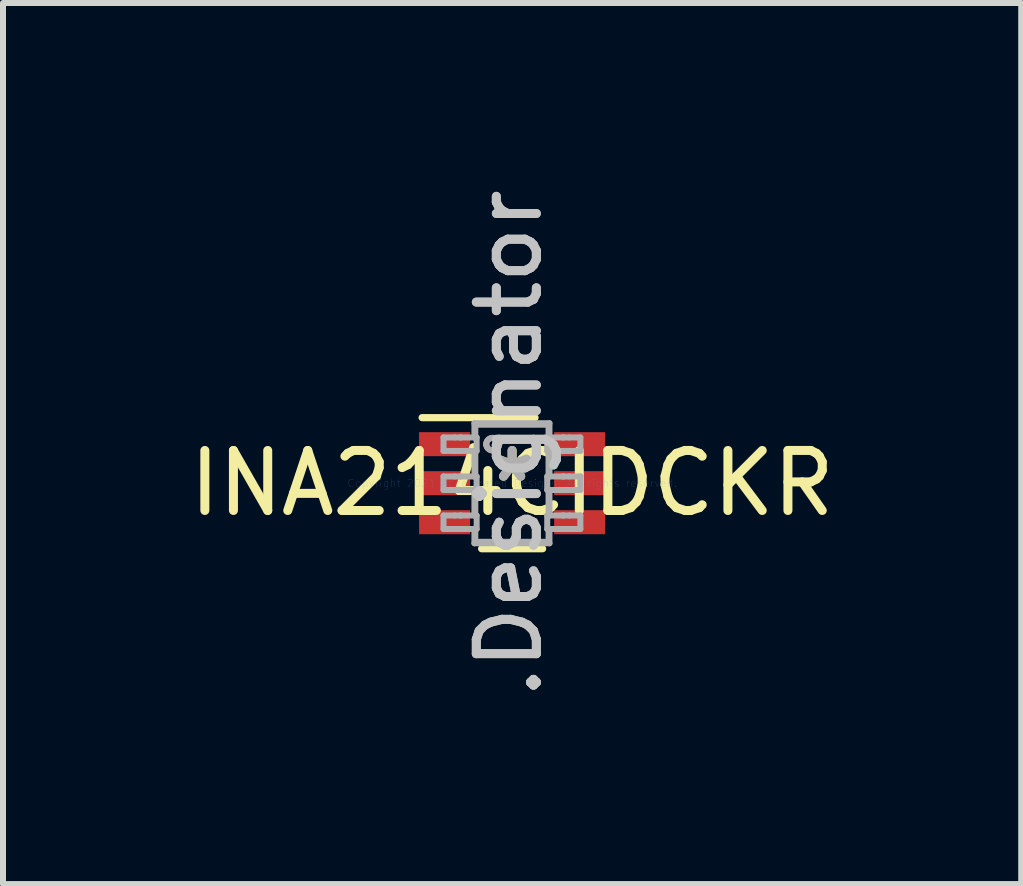
<source format=kicad_pcb>
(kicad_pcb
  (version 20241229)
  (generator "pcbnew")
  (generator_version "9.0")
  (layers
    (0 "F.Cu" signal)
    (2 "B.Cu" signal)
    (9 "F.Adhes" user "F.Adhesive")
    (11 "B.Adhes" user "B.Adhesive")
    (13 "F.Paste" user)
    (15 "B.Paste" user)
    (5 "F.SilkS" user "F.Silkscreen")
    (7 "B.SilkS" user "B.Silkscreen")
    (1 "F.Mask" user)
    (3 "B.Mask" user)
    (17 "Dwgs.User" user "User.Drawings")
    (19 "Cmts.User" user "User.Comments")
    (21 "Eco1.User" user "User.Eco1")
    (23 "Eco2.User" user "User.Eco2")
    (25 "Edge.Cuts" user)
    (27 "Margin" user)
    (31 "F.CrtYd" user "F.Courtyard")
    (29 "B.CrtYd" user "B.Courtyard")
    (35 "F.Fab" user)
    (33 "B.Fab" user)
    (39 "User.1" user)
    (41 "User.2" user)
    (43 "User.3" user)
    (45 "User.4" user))
  (footprint "INA214CIDCKR"
    (layer "F.Cu")
    (at 5.482 5)
    (property "Reference" "INA214CIDCKR" (at 0 0 0) (layer "F.SilkS") (effects (font (size 1 1) (thickness 0.15))))
    (attr through_hole)
    (fp_line (start -1.499 -1.092) (end 0.381 -1.092) (stroke (width 0.12) (type solid)) (layer "F.SilkS"))
    (fp_line (start -0.508 1.092) (end 0.508 1.092) (stroke (width 0.12) (type solid)) (layer "F.SilkS"))
    (fp_line (start -1.143 -0.762) (end -0.959 -0.762) (stroke (width 0.1) (type solid)) (layer "F.Fab"))
    (fp_line (start -1.143 -0.537) (end -1.143 -0.762) (stroke (width 0.1) (type solid)) (layer "F.Fab"))
    (fp_line (start -1.143 -0.537) (end -0.959 -0.537) (stroke (width 0.1) (type solid)) (layer "F.Fab"))
    (fp_line (start -1.143 -0.112) (end -0.959 -0.112) (stroke (width 0.1) (type solid)) (layer "F.Fab"))
    (fp_line (start -1.143 0.113) (end -1.143 -0.112) (stroke (width 0.1) (type solid)) (layer "F.Fab"))
    (fp_line (start -1.143 0.113) (end -0.959 0.113) (stroke (width 0.1) (type solid)) (layer "F.Fab"))
    (fp_line (start -1.143 0.538) (end -0.959 0.538) (stroke (width 0.1) (type solid)) (layer "F.Fab"))
    (fp_line (start -1.143 0.763) (end -1.143 0.538) (stroke (width 0.1) (type solid)) (layer "F.Fab"))
    (fp_line (start -1.143 0.763) (end -0.959 0.763) (stroke (width 0.1) (type solid)) (layer "F.Fab"))
    (fp_line (start -0.959 -0.762) (end -0.865 -0.762) (stroke (width 0.1) (type solid)) (layer "F.Fab"))
    (fp_line (start -0.959 -0.537) (end -0.865 -0.537) (stroke (width 0.1) (type solid)) (layer "F.Fab"))
    (fp_line (start -0.959 -0.112) (end -0.865 -0.112) (stroke (width 0.1) (type solid)) (layer "F.Fab"))
    (fp_line (start -0.959 0.113) (end -0.865 0.113) (stroke (width 0.1) (type solid)) (layer "F.Fab"))
    (fp_line (start -0.959 0.538) (end -0.865 0.538) (stroke (width 0.1) (type solid)) (layer "F.Fab"))
    (fp_line (start -0.959 0.763) (end -0.865 0.763) (stroke (width 0.1) (type solid)) (layer "F.Fab"))
    (fp_line (start -0.865 -0.762) (end -0.853 -0.762) (stroke (width 0.1) (type solid)) (layer "F.Fab"))
    (fp_line (start -0.865 -0.537) (end -0.853 -0.537) (stroke (width 0.1) (type solid)) (layer "F.Fab"))
    (fp_line (start -0.865 -0.112) (end -0.853 -0.112) (stroke (width 0.1) (type solid)) (layer "F.Fab"))
    (fp_line (start -0.865 0.113) (end -0.853 0.113) (stroke (width 0.1) (type solid)) (layer "F.Fab"))
    (fp_line (start -0.865 0.538) (end -0.853 0.538) (stroke (width 0.1) (type solid)) (layer "F.Fab"))
    (fp_line (start -0.865 0.763) (end -0.853 0.763) (stroke (width 0.1) (type solid)) (layer "F.Fab"))
    (fp_line (start -0.853 -0.762) (end -0.628 -0.762) (stroke (width 0.1) (type solid)) (layer "F.Fab"))
    (fp_line (start -0.853 -0.537) (end -0.628 -0.537) (stroke (width 0.1) (type solid)) (layer "F.Fab"))
    (fp_line (start -0.853 -0.112) (end -0.628 -0.112) (stroke (width 0.1) (type solid)) (layer "F.Fab"))
    (fp_line (start -0.853 0.113) (end -0.628 0.113) (stroke (width 0.1) (type solid)) (layer "F.Fab"))
    (fp_line (start -0.853 0.538) (end -0.628 0.538) (stroke (width 0.1) (type solid)) (layer "F.Fab"))
    (fp_line (start -0.853 0.763) (end -0.628 0.763) (stroke (width 0.1) (type solid)) (layer "F.Fab"))
    (fp_line (start -0.628 -0.999) (end 0.622 -0.999) (stroke (width 0.1) (type solid)) (layer "F.Fab"))
    (fp_line (start -0.628 -0.762) (end -0.628 -0.999) (stroke (width 0.1) (type solid)) (layer "F.Fab"))
    (fp_line (start -0.628 -0.762) (end -0.591 -0.762) (stroke (width 0.1) (type solid)) (layer "F.Fab"))
    (fp_line (start -0.628 -0.537) (end -0.591 -0.537) (stroke (width 0.1) (type solid)) (layer "F.Fab"))
    (fp_line (start -0.628 -0.112) (end -0.628 -0.537) (stroke (width 0.1) (type solid)) (layer "F.Fab"))
    (fp_line (start -0.628 -0.112) (end -0.591 -0.112) (stroke (width 0.1) (type solid)) (layer "F.Fab"))
    (fp_line (start -0.628 0.113) (end -0.591 0.113) (stroke (width 0.1) (type solid)) (layer "F.Fab"))
    (fp_line (start -0.628 0.538) (end -0.628 0.113) (stroke (width 0.1) (type solid)) (layer "F.Fab"))
    (fp_line (start -0.628 0.538) (end -0.591 0.538) (stroke (width 0.1) (type solid)) (layer "F.Fab"))
    (fp_line (start -0.628 0.763) (end -0.591 0.763) (stroke (width 0.1) (type solid)) (layer "F.Fab"))
    (fp_line (start -0.628 1.001) (end -0.628 0.763) (stroke (width 0.1) (type solid)) (layer "F.Fab"))
    (fp_line (start -0.628 1.001) (end 0.622 1.001) (stroke (width 0.1) (type solid)) (layer "F.Fab"))
    (fp_line (start -0.613 -0.974) (end 0.607 -0.974) (stroke (width 0.1) (type solid)) (layer "F.Fab"))
    (fp_line (start -0.613 -0.762) (end -0.613 -0.974) (stroke (width 0.1) (type solid)) (layer "F.Fab"))
    (fp_line (start -0.613 -0.112) (end -0.613 -0.537) (stroke (width 0.1) (type solid)) (layer "F.Fab"))
    (fp_line (start -0.613 0.538) (end -0.613 0.113) (stroke (width 0.1) (type solid)) (layer "F.Fab"))
    (fp_line (start -0.613 0.976) (end -0.613 0.763) (stroke (width 0.1) (type solid)) (layer "F.Fab"))
    (fp_line (start -0.613 0.976) (end 0.607 0.976) (stroke (width 0.1) (type solid)) (layer "F.Fab"))
    (fp_line (start -0.591 -0.537) (end -0.591 -0.762) (stroke (width 0.1) (type solid)) (layer "F.Fab"))
    (fp_line (start -0.591 0.113) (end -0.591 -0.112) (stroke (width 0.1) (type solid)) (layer "F.Fab"))
    (fp_line (start -0.591 0.763) (end -0.591 0.538) (stroke (width 0.1) (type solid)) (layer "F.Fab"))
    (fp_line (start 0.585 -0.762) (end 0.622 -0.762) (stroke (width 0.1) (type solid)) (layer "F.Fab"))
    (fp_line (start 0.585 -0.537) (end 0.585 -0.762) (stroke (width 0.1) (type solid)) (layer "F.Fab"))
    (fp_line (start 0.585 -0.537) (end 0.622 -0.537) (stroke (width 0.1) (type solid)) (layer "F.Fab"))
    (fp_line (start 0.585 -0.112) (end 0.622 -0.112) (stroke (width 0.1) (type solid)) (layer "F.Fab"))
    (fp_line (start 0.585 0.113) (end 0.585 -0.112) (stroke (width 0.1) (type solid)) (layer "F.Fab"))
    (fp_line (start 0.585 0.113) (end 0.622 0.113) (stroke (width 0.1) (type solid)) (layer "F.Fab"))
    (fp_line (start 0.585 0.538) (end 0.622 0.538) (stroke (width 0.1) (type solid)) (layer "F.Fab"))
    (fp_line (start 0.585 0.763) (end 0.585 0.538) (stroke (width 0.1) (type solid)) (layer "F.Fab"))
    (fp_line (start 0.585 0.763) (end 0.622 0.763) (stroke (width 0.1) (type solid)) (layer "F.Fab"))
    (fp_line (start 0.607 -0.762) (end 0.607 -0.974) (stroke (width 0.1) (type solid)) (layer "F.Fab"))
    (fp_line (start 0.607 -0.112) (end 0.607 -0.537) (stroke (width 0.1) (type solid)) (layer "F.Fab"))
    (fp_line (start 0.607 0.538) (end 0.607 0.113) (stroke (width 0.1) (type solid)) (layer "F.Fab"))
    (fp_line (start 0.607 0.976) (end 0.607 0.763) (stroke (width 0.1) (type solid)) (layer "F.Fab"))
    (fp_line (start 0.622 -0.762) (end 0.622 -0.999) (stroke (width 0.1) (type solid)) (layer "F.Fab"))
    (fp_line (start 0.622 -0.762) (end 0.847 -0.762) (stroke (width 0.1) (type solid)) (layer "F.Fab"))
    (fp_line (start 0.622 -0.537) (end 0.847 -0.537) (stroke (width 0.1) (type solid)) (layer "F.Fab"))
    (fp_line (start 0.622 -0.112) (end 0.622 -0.537) (stroke (width 0.1) (type solid)) (layer "F.Fab"))
    (fp_line (start 0.622 -0.112) (end 0.847 -0.112) (stroke (width 0.1) (type solid)) (layer "F.Fab"))
    (fp_line (start 0.622 0.113) (end 0.847 0.113) (stroke (width 0.1) (type solid)) (layer "F.Fab"))
    (fp_line (start 0.622 0.538) (end 0.622 0.113) (stroke (width 0.1) (type solid)) (layer "F.Fab"))
    (fp_line (start 0.622 0.538) (end 0.847 0.538) (stroke (width 0.1) (type solid)) (layer "F.Fab"))
    (fp_line (start 0.622 0.763) (end 0.847 0.763) (stroke (width 0.1) (type solid)) (layer "F.Fab"))
    (fp_line (start 0.622 1.001) (end 0.622 0.763) (stroke (width 0.1) (type solid)) (layer "F.Fab"))
    (fp_line (start 0.847 -0.762) (end 0.859 -0.762) (stroke (width 0.1) (type solid)) (layer "F.Fab"))
    (fp_line (start 0.847 -0.537) (end 0.859 -0.537) (stroke (width 0.1) (type solid)) (layer "F.Fab"))
    (fp_line (start 0.847 -0.112) (end 0.859 -0.112) (stroke (width 0.1) (type solid)) (layer "F.Fab"))
    (fp_line (start 0.847 0.113) (end 0.859 0.113) (stroke (width 0.1) (type solid)) (layer "F.Fab"))
    (fp_line (start 0.847 0.538) (end 0.859 0.538) (stroke (width 0.1) (type solid)) (layer "F.Fab"))
    (fp_line (start 0.847 0.763) (end 0.859 0.763) (stroke (width 0.1) (type solid)) (layer "F.Fab"))
    (fp_line (start 0.859 -0.762) (end 0.953 -0.762) (stroke (width 0.1) (type solid)) (layer "F.Fab"))
    (fp_line (start 0.859 -0.537) (end 0.953 -0.537) (stroke (width 0.1) (type solid)) (layer "F.Fab"))
    (fp_line (start 0.859 -0.112) (end 0.953 -0.112) (stroke (width 0.1) (type solid)) (layer "F.Fab"))
    (fp_line (start 0.859 0.113) (end 0.953 0.113) (stroke (width 0.1) (type solid)) (layer "F.Fab"))
    (fp_line (start 0.859 0.538) (end 0.953 0.538) (stroke (width 0.1) (type solid)) (layer "F.Fab"))
    (fp_line (start 0.859 0.763) (end 0.953 0.763) (stroke (width 0.1) (type solid)) (layer "F.Fab"))
    (fp_line (start 0.953 -0.762) (end 1.137 -0.762) (stroke (width 0.1) (type solid)) (layer "F.Fab"))
    (fp_line (start 0.953 -0.537) (end 1.137 -0.537) (stroke (width 0.1) (type solid)) (layer "F.Fab"))
    (fp_line (start 0.953 -0.112) (end 1.137 -0.112) (stroke (width 0.1) (type solid)) (layer "F.Fab"))
    (fp_line (start 0.953 0.113) (end 1.137 0.113) (stroke (width 0.1) (type solid)) (layer "F.Fab"))
    (fp_line (start 0.953 0.538) (end 1.137 0.538) (stroke (width 0.1) (type solid)) (layer "F.Fab"))
    (fp_line (start 0.953 0.763) (end 1.137 0.763) (stroke (width 0.1) (type solid)) (layer "F.Fab"))
    (fp_line (start 1.137 -0.537) (end 1.137 -0.762) (stroke (width 0.1) (type solid)) (layer "F.Fab"))
    (fp_line (start 1.137 0.113) (end 1.137 -0.112) (stroke (width 0.1) (type solid)) (layer "F.Fab"))
    (fp_line (start 1.137 0.763) (end 1.137 0.538) (stroke (width 0.1) (type solid)) (layer "F.Fab"))
    (fp_arc (start -0.431546 -0.650138) (mid -0.323177 -0.758507) (end -0.214808 -0.650138) (stroke (width 0.1) (type solid)) (layer "F.Fab"))
    (fp_arc (start -0.431546 -0.650138) (mid -0.323177 -0.758507) (end -0.214808 -0.650138) (stroke (width 0.1) (type solid)) (layer "F.Fab"))
    (fp_arc (start -0.214808 -0.650138) (mid -0.323177 -0.541769) (end -0.431546 -0.650138) (stroke (width 0.1) (type solid)) (layer "F.Fab"))
    (fp_arc (start -0.214808 -0.650138) (mid -0.323177 -0.541769) (end -0.431546 -0.650138) (stroke (width 0.1) (type solid)) (layer "F.Fab"))
    (fp_text user "*" (at 0 0 0) (layer "F.SilkS") (effects (font (size 1 1) (thickness 0.15))))
    (fp_text user ".Designator" (at -0.051 -0.66 270) (layer "Dwgs.User") (effects (font (size 1 1) (thickness 0.15))))
    (fp_text user "Copyright 2021 Accelerated Designs. All rights reserved." (at 0 0 0) (layer "Cmts.User") (effects (font (size 0.127 0.127) (thickness 0.002))))
    (fp_text user ".Designator" (at -0.051 -0.66 270) (layer "F.Fab") (effects (font (size 1 1) (thickness 0.15))))
    (fp_text user "*" (at 0 0 0) (layer "F.Fab") (effects (font (size 1 1) (thickness 0.15))))
    (pad "1" smd rect (at -1.125 -0.65 90) (size 0.4 0.85) (layers "F.Cu" "F.Mask" "F.Paste"))
    (pad "2" smd rect (at -1.125 0 90) (size 0.4 0.85) (layers "F.Cu" "F.Mask" "F.Paste"))
    (pad "3" smd rect (at -1.125 0.65 90) (size 0.4 0.85) (layers "F.Cu" "F.Mask" "F.Paste"))
    (pad "4" smd rect (at 1.125 0.65 90) (size 0.4 0.85) (layers "F.Cu" "F.Mask" "F.Paste"))
    (pad "5" smd rect (at 1.125 0 90) (size 0.4 0.85) (layers "F.Cu" "F.Mask" "F.Paste"))
    (pad "6" smd rect (at 1.125 -0.65 90) (size 0.4 0.85) (layers "F.Cu" "F.Mask" "F.Paste")))
  (gr_rect
    (start -3 -3)
    (end 13.964 11.679)
    (stroke (width 0.1) (type default))
    (fill no)
    (layer "Edge.Cuts")))
</source>
